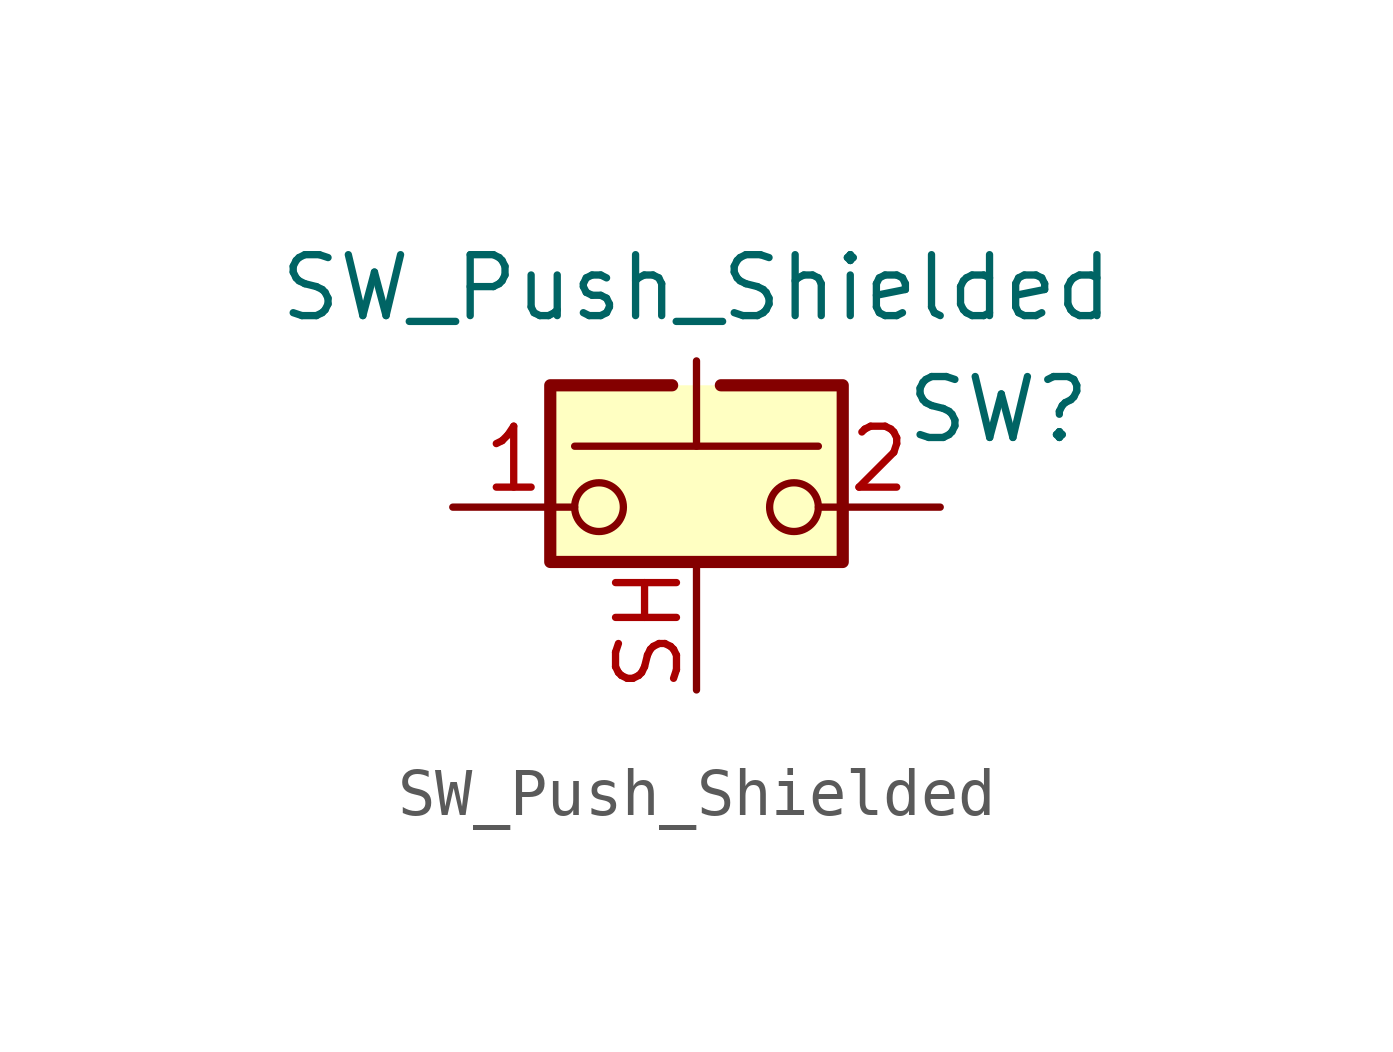
<source format=kicad_sym>
(kicad_symbol_lib
  (version 20231120)
  (generator "kicad_symbol_editor")
  (generator_version "8.0")
  (symbol "SW_Push_Shielded"
    (pin_names
      (offset 1.016) hide)
    (property "Reference" "SW"
      (at 4.318 2.032 0)
      (effects (font (size 1.27 1.27)) (justify left)))
    (property "Value" "SW_Push_Shielded"
      (at 0 4.572 0)
      (effects (font (size 1.27 1.27))))
    (symbol "SW_Push_Shielded_0_1"
      (circle (center -2.032 0) (radius 0.508) (stroke (width 0) (type default)) (fill (type none)))
      (polyline (pts (xy 0 1.27) (xy 0 3.048)) (stroke (width 0) (type default)) (fill (type none)))
      (polyline (pts (xy 2.54 1.27) (xy -2.54 1.27)) (stroke (width 0) (type default)) (fill (type none)))
      (polyline (pts (xy 0.508 2.54) (xy 3.048 2.54) (xy 3.048 -1.143) (xy -3.048 -1.143) (xy -3.048 2.54) (xy -0.508 2.54)) (stroke (width -0.025) (type default)) (fill (type none)))
      (polyline (pts (xy 0.508 2.54) (xy 3.048 2.54) (xy 3.048 -1.143) (xy -3.048 -1.143) (xy -3.048 2.54) (xy -0.508 2.54)) (stroke (width 0.254) (type default)) (fill (type none)))
      (circle (center 2.032 0) (radius 0.508) (stroke (width 0) (type default)) (fill (type none)))
      (pin passive line (at -5.08 0 0) (length 2.54) (name "1" (effects (font (size 1.27 1.27)))) (number "1" (effects (font (size 1.27 1.27)))))
      (pin passive line (at 5.08 0 180) (length 2.54) (name "2" (effects (font (size 1.27 1.27)))) (number "2" (effects (font (size 1.27 1.27))))))
    (symbol "SW_Push_Shielded_1_1"
      (rectangle (start -3.048 2.54) (end 3.048 -1.27) (stroke (width -0.025) (type default)) (fill (type background)))
      (pin passive line (at 0 -3.81 90) (length 2.54) (name "B" (effects (font (size 1.27 1.27)))) (number "SH" (effects (font (size 1.27 1.27))))))))
</source>
